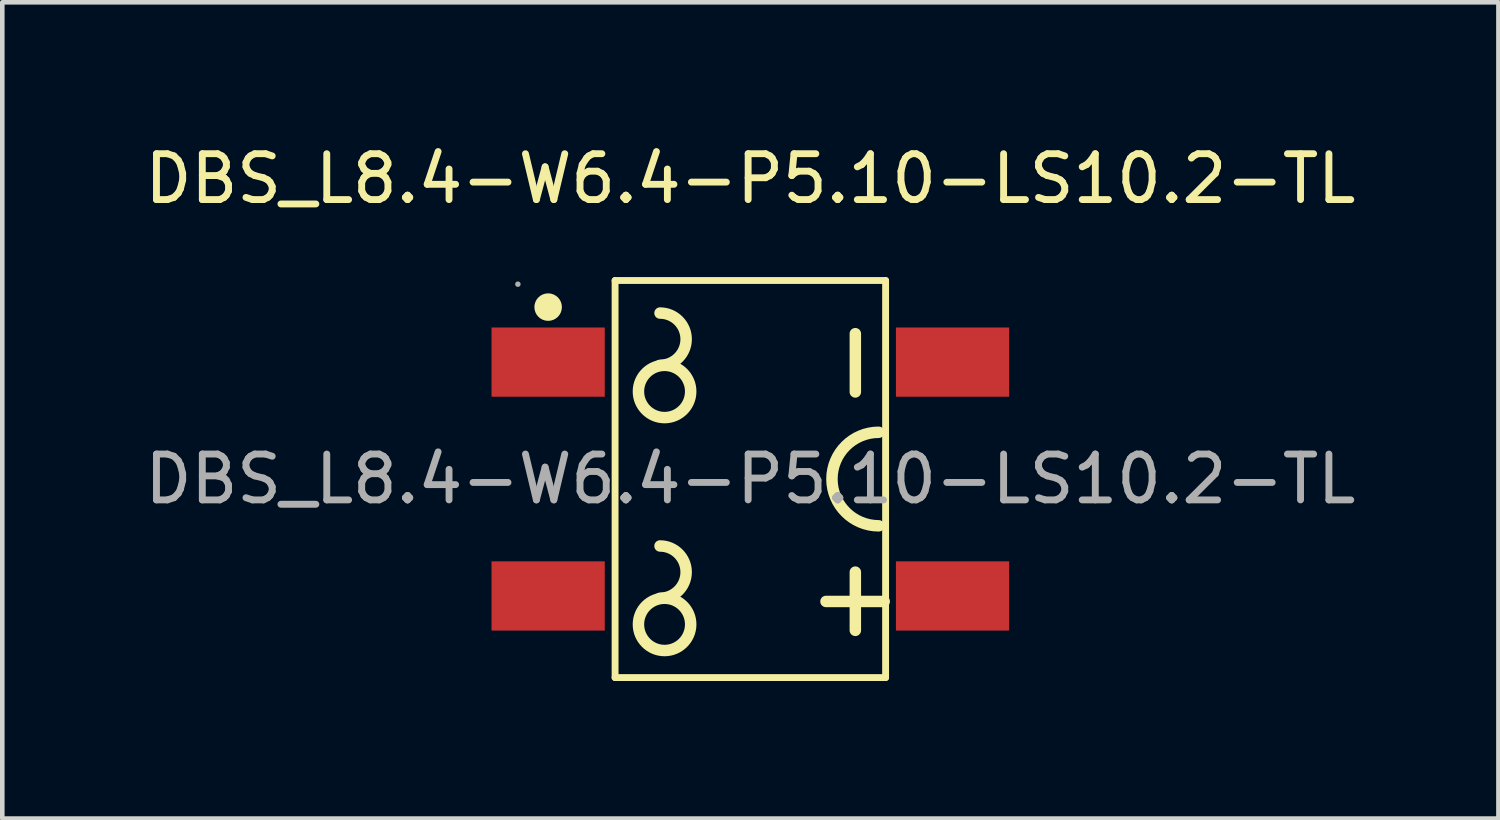
<source format=kicad_pcb>
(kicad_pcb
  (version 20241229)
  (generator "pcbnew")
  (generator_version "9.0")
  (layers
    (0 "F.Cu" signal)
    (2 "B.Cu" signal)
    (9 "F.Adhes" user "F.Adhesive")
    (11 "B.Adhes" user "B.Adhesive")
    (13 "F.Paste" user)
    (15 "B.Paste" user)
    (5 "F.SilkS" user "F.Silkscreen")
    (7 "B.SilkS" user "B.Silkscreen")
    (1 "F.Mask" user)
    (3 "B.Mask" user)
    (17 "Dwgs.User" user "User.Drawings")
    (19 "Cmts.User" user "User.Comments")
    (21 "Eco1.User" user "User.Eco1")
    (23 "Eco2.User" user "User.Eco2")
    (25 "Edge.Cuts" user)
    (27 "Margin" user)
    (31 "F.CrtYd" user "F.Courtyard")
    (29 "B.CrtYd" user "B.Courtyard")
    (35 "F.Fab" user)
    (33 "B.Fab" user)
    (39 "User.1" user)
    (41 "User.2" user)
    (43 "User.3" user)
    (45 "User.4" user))
  (footprint "DBS_L8.4-W6.4-P5.10-LS10.2-TL"
    (layer "F.Cu")
    (at 13.315 7.398)
    (property "Reference" "DBS_L8.4-W6.4-P5.10-LS10.2-TL" (at 0 -6.55 0) (layer "F.SilkS") (effects (font (size 1 1) (thickness 0.15))))
    (attr smd)
    (fp_line (start -2.95 -4.33) (end 2.95 -4.33) (stroke (width 0.15) (type solid)) (layer "F.SilkS"))
    (fp_line (start -2.95 4.33) (end -2.95 -4.33) (stroke (width 0.15) (type solid)) (layer "F.SilkS"))
    (fp_line (start 1.65 2.67) (end 2.92 2.67) (stroke (width 0.25) (type solid)) (layer "F.SilkS"))
    (fp_line (start 2.29 -3.17) (end 2.29 -1.9) (stroke (width 0.25) (type solid)) (layer "F.SilkS"))
    (fp_line (start 2.29 2.03) (end 2.29 3.3) (stroke (width 0.25) (type solid)) (layer "F.SilkS"))
    (fp_line (start 2.95 -4.33) (end 2.95 4.33) (stroke (width 0.15) (type solid)) (layer "F.SilkS"))
    (fp_line (start 2.95 4.33) (end -2.95 4.33) (stroke (width 0.15) (type solid)) (layer "F.SilkS"))
    (fp_arc (start -1.97 -3.62) (mid -1.4 -3.05) (end -1.97 -2.48) (stroke (width 0.25) (type solid)) (layer "F.SilkS"))
    (fp_arc (start -1.97 1.46) (mid -1.4 2.03) (end -1.97 2.6) (stroke (width 0.25) (type solid)) (layer "F.SilkS"))
    (fp_arc (start -1.860052 -2.479913) (mid -1.874974 -1.340022) (end -1.87 -2.48) (stroke (width 0.25) (type solid)) (layer "F.SilkS"))
    (fp_arc (start -1.860052 2.600087) (mid -1.874974 3.739978) (end -1.87 2.6) (stroke (width 0.25) (type solid)) (layer "F.SilkS"))
    (fp_arc (start 2.8 1.02) (mid 1.78 0) (end 2.8 -1.02) (stroke (width 0.25) (type solid)) (layer "F.SilkS"))
    (fp_circle (center -4.41 -3.75) (end -4.26 -3.75) (stroke (width 0.3) (type solid)) (fill no) (layer "F.SilkS"))
    (fp_circle (center -5.07 -4.25) (end -5.04 -4.25) (stroke (width 0.06) (type solid)) (fill no) (layer "F.Fab"))
    (fp_text user "${REFERENCE}" (at 0 0 0) (layer "F.Fab") (effects (font (size 1 1) (thickness 0.15))))
    (pad "1" smd rect (at -4.41 -2.55 90) (size 1.51 2.47) (layers "F.Cu" "F.Mask" "F.Paste"))
    (pad "2" smd rect (at -4.41 2.55 90) (size 1.51 2.47) (layers "F.Cu" "F.Mask" "F.Paste"))
    (pad "3" smd rect (at 4.41 2.55 90) (size 1.51 2.47) (layers "F.Cu" "F.Mask" "F.Paste"))
    (pad "4" smd rect (at 4.41 -2.55 90) (size 1.51 2.47) (layers "F.Cu" "F.Mask" "F.Paste")))
  (gr_rect
    (start -3 -3)
    (end 29.631 14.803)
    (stroke (width 0.1) (type default))
    (fill no)
    (layer "Edge.Cuts")))
</source>
